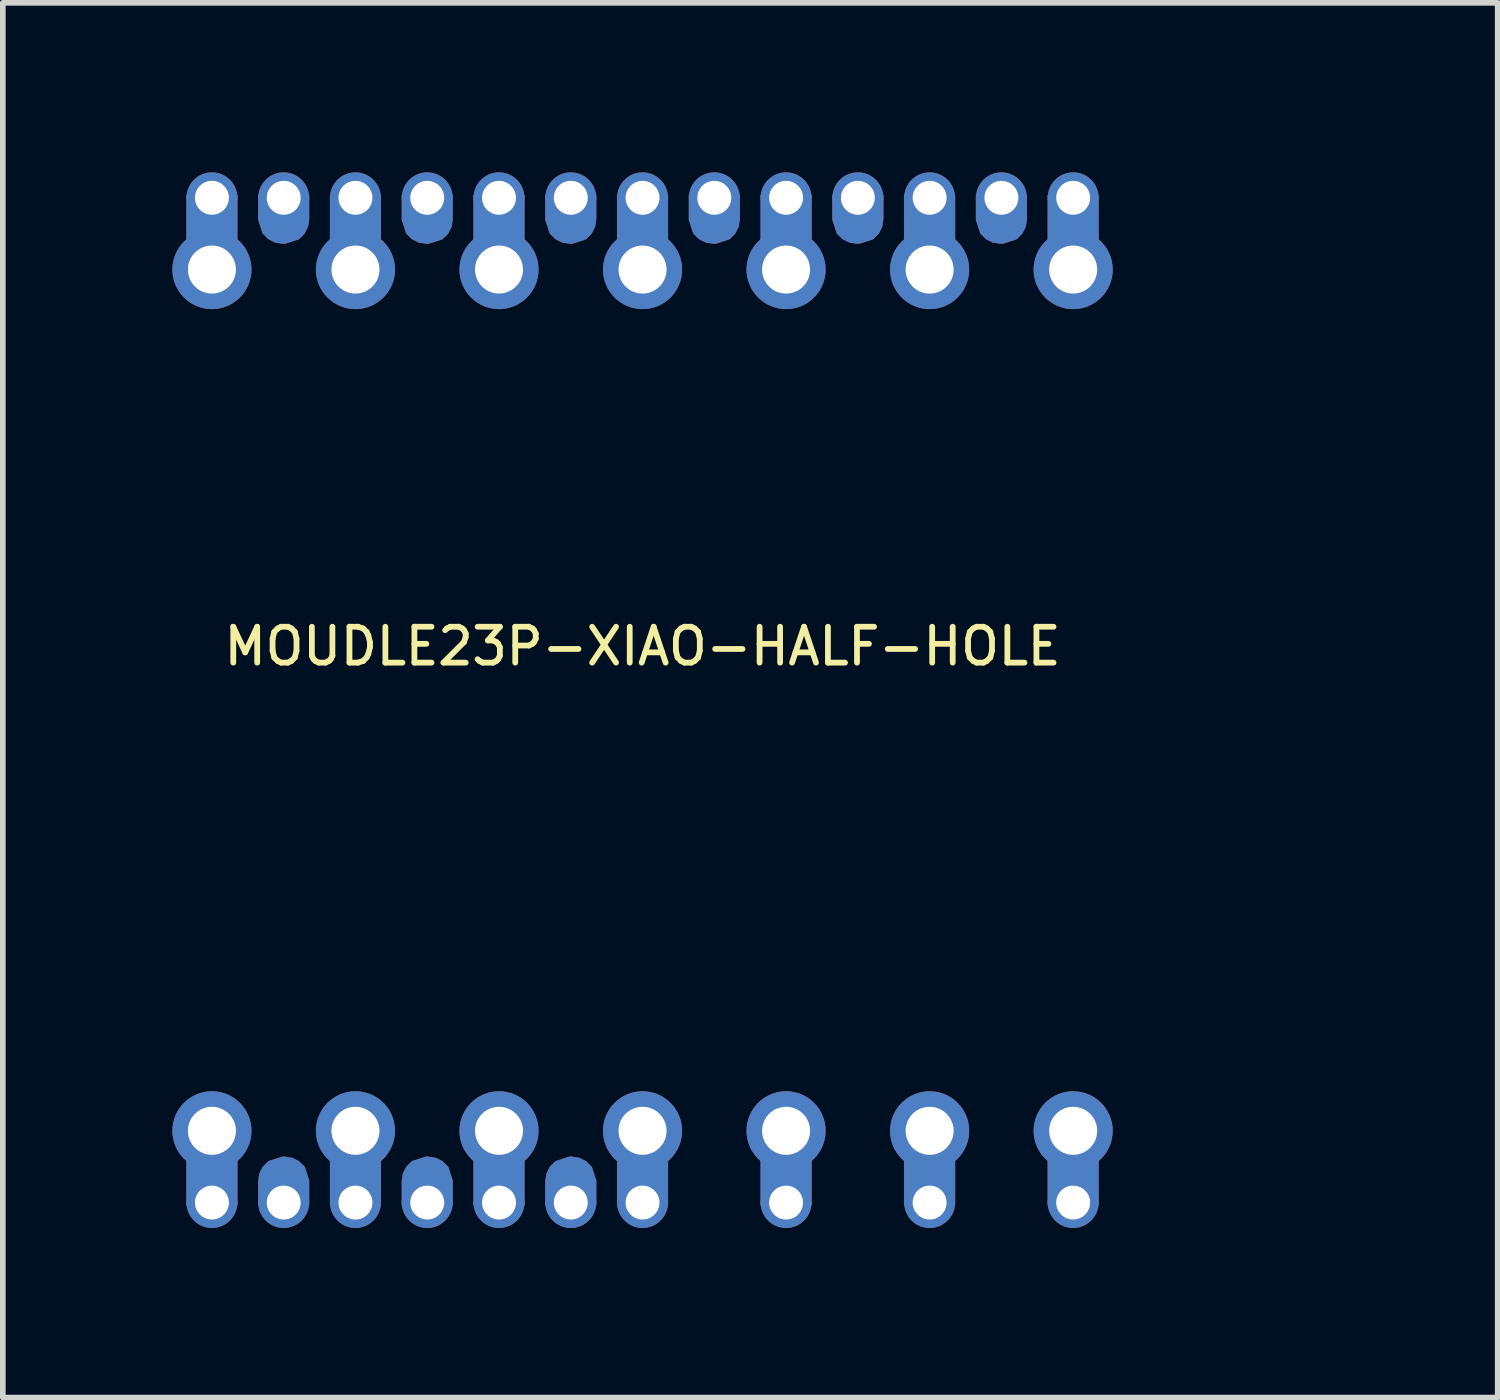
<source format=kicad_pcb>
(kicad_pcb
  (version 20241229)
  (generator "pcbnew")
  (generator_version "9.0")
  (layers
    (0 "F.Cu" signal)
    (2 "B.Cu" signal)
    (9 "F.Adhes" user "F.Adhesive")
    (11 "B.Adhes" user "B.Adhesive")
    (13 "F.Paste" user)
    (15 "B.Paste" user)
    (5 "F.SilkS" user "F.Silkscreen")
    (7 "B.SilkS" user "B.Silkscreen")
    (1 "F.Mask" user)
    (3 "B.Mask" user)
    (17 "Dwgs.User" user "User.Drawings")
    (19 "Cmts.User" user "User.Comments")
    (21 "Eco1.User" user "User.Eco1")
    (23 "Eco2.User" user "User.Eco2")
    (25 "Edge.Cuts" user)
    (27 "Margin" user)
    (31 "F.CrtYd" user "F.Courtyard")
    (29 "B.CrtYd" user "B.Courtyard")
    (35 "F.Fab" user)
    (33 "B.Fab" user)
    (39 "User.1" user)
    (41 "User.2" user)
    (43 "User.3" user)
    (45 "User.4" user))
  (footprint "MOUDLE23P-XIAO-HALF-HOLE"
    (layer "F.Cu")
    (at 8.32 9.34)
    (property "Reference" "MOUDLE23P-XIAO-HALF-HOLE" (at 0 -0.953 0) (unlocked yes) (layer "F.SilkS") (effects (font (size 0.635 0.635) (thickness 0.102))))
    (attr smd)
    (fp_rect (start -8.072 -8.941) (end -7.168 -8.077) (stroke (width 0) (type default)) (fill yes) (layer "F.Cu"))
    (fp_rect (start -8.072 8.077) (end -7.168 8.941) (stroke (width 0) (type default)) (fill yes) (layer "F.Cu"))
    (fp_rect (start -5.532 -8.941) (end -4.628 -8.077) (stroke (width 0) (type default)) (fill yes) (layer "F.Cu"))
    (fp_rect (start -5.532 8.077) (end -4.628 8.941) (stroke (width 0) (type default)) (fill yes) (layer "F.Cu"))
    (fp_rect (start -2.992 -8.941) (end -2.088 -8.077) (stroke (width 0) (type default)) (fill yes) (layer "F.Cu"))
    (fp_rect (start -2.992 8.077) (end -2.088 8.941) (stroke (width 0) (type default)) (fill yes) (layer "F.Cu"))
    (fp_rect (start -0.452 -8.941) (end 0.452 -8.077) (stroke (width 0) (type default)) (fill yes) (layer "F.Cu"))
    (fp_rect (start -0.452 8.077) (end 0.452 8.941) (stroke (width 0) (type default)) (fill yes) (layer "F.Cu"))
    (fp_rect (start 2.088 -8.941) (end 2.992 -8.077) (stroke (width 0) (type default)) (fill yes) (layer "F.Cu"))
    (fp_rect (start 2.088 8.077) (end 2.992 8.941) (stroke (width 0) (type default)) (fill yes) (layer "F.Cu"))
    (fp_rect (start 4.628 -8.941) (end 5.532 -8.077) (stroke (width 0) (type default)) (fill yes) (layer "F.Cu"))
    (fp_rect (start 4.628 8.077) (end 5.532 8.941) (stroke (width 0) (type default)) (fill yes) (layer "F.Cu"))
    (fp_rect (start 7.168 -8.941) (end 8.072 -8.077) (stroke (width 0) (type default)) (fill yes) (layer "F.Cu"))
    (fp_rect (start 7.168 8.077) (end 8.072 8.941) (stroke (width 0) (type default)) (fill yes) (layer "F.Cu"))
    (fp_poly (pts (xy -6.781 8.375) (xy -6.72 8.255) (xy -6.621 8.156) (xy -6.378 8.077) (xy -6.326 8.077) (xy -6.196 8.098) (xy -6.076 8.159) (xy -5.977 8.258) (xy -5.898 8.501) (xy -5.898 8.941) (xy -6.802 8.941) (xy -6.802 8.505)) (stroke (width 0) (type default)) (fill yes) (layer "F.Cu"))
    (fp_poly (pts (xy -5.919 -8.375) (xy -5.98 -8.255) (xy -6.079 -8.156) (xy -6.322 -8.077) (xy -6.374 -8.077) (xy -6.504 -8.098) (xy -6.624 -8.159) (xy -6.723 -8.258) (xy -6.802 -8.501) (xy -6.802 -8.941) (xy -5.898 -8.941) (xy -5.898 -8.505)) (stroke (width 0) (type default)) (fill yes) (layer "F.Cu"))
    (fp_poly (pts (xy -4.241 8.375) (xy -4.18 8.255) (xy -4.081 8.156) (xy -3.838 8.077) (xy -3.786 8.077) (xy -3.656 8.098) (xy -3.536 8.159) (xy -3.437 8.258) (xy -3.358 8.501) (xy -3.358 8.941) (xy -4.262 8.941) (xy -4.262 8.505)) (stroke (width 0) (type default)) (fill yes) (layer "F.Cu"))
    (fp_poly (pts (xy -3.379 -8.375) (xy -3.44 -8.255) (xy -3.539 -8.156) (xy -3.782 -8.077) (xy -3.834 -8.077) (xy -3.964 -8.098) (xy -4.084 -8.159) (xy -4.183 -8.258) (xy -4.262 -8.501) (xy -4.262 -8.941) (xy -3.358 -8.941) (xy -3.358 -8.505)) (stroke (width 0) (type default)) (fill yes) (layer "F.Cu"))
    (fp_poly (pts (xy -1.701 8.375) (xy -1.64 8.255) (xy -1.541 8.156) (xy -1.298 8.077) (xy -1.246 8.077) (xy -1.116 8.098) (xy -0.996 8.159) (xy -0.897 8.258) (xy -0.818 8.501) (xy -0.818 8.941) (xy -1.722 8.941) (xy -1.722 8.505)) (stroke (width 0) (type default)) (fill yes) (layer "F.Cu"))
    (fp_poly (pts (xy -0.839 -8.375) (xy -0.9 -8.255) (xy -0.999 -8.156) (xy -1.242 -8.077) (xy -1.294 -8.077) (xy -1.424 -8.098) (xy -1.544 -8.159) (xy -1.643 -8.258) (xy -1.722 -8.501) (xy -1.722 -8.941) (xy -0.818 -8.941) (xy -0.818 -8.505)) (stroke (width 0) (type default)) (fill yes) (layer "F.Cu"))
    (fp_poly (pts (xy 1.701 -8.375) (xy 1.64 -8.255) (xy 1.541 -8.156) (xy 1.298 -8.077) (xy 1.246 -8.077) (xy 1.116 -8.098) (xy 0.996 -8.159) (xy 0.897 -8.258) (xy 0.818 -8.501) (xy 0.818 -8.941) (xy 1.722 -8.941) (xy 1.722 -8.505)) (stroke (width 0) (type default)) (fill yes) (layer "F.Cu"))
    (fp_poly (pts (xy 4.241 -8.375) (xy 4.18 -8.255) (xy 4.081 -8.156) (xy 3.838 -8.077) (xy 3.786 -8.077) (xy 3.656 -8.098) (xy 3.536 -8.159) (xy 3.437 -8.258) (xy 3.358 -8.501) (xy 3.358 -8.941) (xy 4.262 -8.941) (xy 4.262 -8.505)) (stroke (width 0) (type default)) (fill yes) (layer "F.Cu"))
    (fp_poly (pts (xy 6.781 -8.375) (xy 6.72 -8.255) (xy 6.621 -8.156) (xy 6.378 -8.077) (xy 6.326 -8.077) (xy 6.196 -8.098) (xy 6.076 -8.159) (xy 5.977 -8.258) (xy 5.898 -8.501) (xy 5.898 -8.941) (xy 6.802 -8.941) (xy 6.802 -8.505)) (stroke (width 0) (type default)) (fill yes) (layer "F.Cu"))
    (fp_rect (start -8.072 -8.941) (end -7.168 -8.077) (stroke (width 0) (type default)) (fill yes) (layer "F.Mask"))
    (fp_rect (start -8.072 8.077) (end -7.168 8.941) (stroke (width 0) (type default)) (fill yes) (layer "F.Mask"))
    (fp_rect (start -5.532 -8.941) (end -4.628 -8.077) (stroke (width 0) (type default)) (fill yes) (layer "F.Mask"))
    (fp_rect (start -5.532 8.077) (end -4.628 8.941) (stroke (width 0) (type default)) (fill yes) (layer "F.Mask"))
    (fp_rect (start -2.992 -8.941) (end -2.088 -8.077) (stroke (width 0) (type default)) (fill yes) (layer "F.Mask"))
    (fp_rect (start -2.992 8.077) (end -2.088 8.941) (stroke (width 0) (type default)) (fill yes) (layer "F.Mask"))
    (fp_rect (start -0.452 -8.941) (end 0.452 -8.077) (stroke (width 0) (type default)) (fill yes) (layer "F.Mask"))
    (fp_rect (start -0.452 8.077) (end 0.452 8.941) (stroke (width 0) (type default)) (fill yes) (layer "F.Mask"))
    (fp_rect (start 2.088 -8.941) (end 2.992 -8.077) (stroke (width 0) (type default)) (fill yes) (layer "F.Mask"))
    (fp_rect (start 2.088 8.077) (end 2.992 8.941) (stroke (width 0) (type default)) (fill yes) (layer "F.Mask"))
    (fp_rect (start 4.628 -8.941) (end 5.532 -8.077) (stroke (width 0) (type default)) (fill yes) (layer "F.Mask"))
    (fp_rect (start 4.628 8.077) (end 5.532 8.941) (stroke (width 0) (type default)) (fill yes) (layer "F.Mask"))
    (fp_rect (start 7.168 -8.941) (end 8.072 -8.077) (stroke (width 0) (type default)) (fill yes) (layer "F.Mask"))
    (fp_rect (start 7.168 8.077) (end 8.072 8.941) (stroke (width 0) (type default)) (fill yes) (layer "F.Mask"))
    (fp_poly (pts (xy -6.781 8.375) (xy -6.72 8.255) (xy -6.621 8.156) (xy -6.378 8.077) (xy -6.326 8.077) (xy -6.196 8.098) (xy -6.076 8.159) (xy -5.977 8.258) (xy -5.898 8.501) (xy -5.898 8.941) (xy -6.802 8.941) (xy -6.802 8.505)) (stroke (width 0) (type default)) (fill yes) (layer "F.Mask"))
    (fp_poly (pts (xy -5.919 -8.375) (xy -5.98 -8.255) (xy -6.079 -8.156) (xy -6.322 -8.077) (xy -6.374 -8.077) (xy -6.504 -8.098) (xy -6.624 -8.159) (xy -6.723 -8.258) (xy -6.802 -8.501) (xy -6.802 -8.941) (xy -5.898 -8.941) (xy -5.898 -8.505)) (stroke (width 0) (type default)) (fill yes) (layer "F.Mask"))
    (fp_poly (pts (xy -4.241 8.375) (xy -4.18 8.255) (xy -4.081 8.156) (xy -3.838 8.077) (xy -3.786 8.077) (xy -3.656 8.098) (xy -3.536 8.159) (xy -3.437 8.258) (xy -3.358 8.501) (xy -3.358 8.941) (xy -4.262 8.941) (xy -4.262 8.505)) (stroke (width 0) (type default)) (fill yes) (layer "F.Mask"))
    (fp_poly (pts (xy -3.379 -8.375) (xy -3.44 -8.255) (xy -3.539 -8.156) (xy -3.782 -8.077) (xy -3.834 -8.077) (xy -3.964 -8.098) (xy -4.084 -8.159) (xy -4.183 -8.258) (xy -4.262 -8.501) (xy -4.262 -8.941) (xy -3.358 -8.941) (xy -3.358 -8.505)) (stroke (width 0) (type default)) (fill yes) (layer "F.Mask"))
    (fp_poly (pts (xy -1.701 8.375) (xy -1.64 8.255) (xy -1.541 8.156) (xy -1.298 8.077) (xy -1.246 8.077) (xy -1.116 8.098) (xy -0.996 8.159) (xy -0.897 8.258) (xy -0.818 8.501) (xy -0.818 8.941) (xy -1.722 8.941) (xy -1.722 8.505)) (stroke (width 0) (type default)) (fill yes) (layer "F.Mask"))
    (fp_poly (pts (xy -0.839 -8.375) (xy -0.9 -8.255) (xy -0.999 -8.156) (xy -1.242 -8.077) (xy -1.294 -8.077) (xy -1.424 -8.098) (xy -1.544 -8.159) (xy -1.643 -8.258) (xy -1.722 -8.501) (xy -1.722 -8.941) (xy -0.818 -8.941) (xy -0.818 -8.505)) (stroke (width 0) (type default)) (fill yes) (layer "F.Mask"))
    (fp_poly (pts (xy 1.701 -8.375) (xy 1.64 -8.255) (xy 1.541 -8.156) (xy 1.298 -8.077) (xy 1.246 -8.077) (xy 1.116 -8.098) (xy 0.996 -8.159) (xy 0.897 -8.258) (xy 0.818 -8.501) (xy 0.818 -8.941) (xy 1.722 -8.941) (xy 1.722 -8.505)) (stroke (width 0) (type default)) (fill yes) (layer "F.Mask"))
    (fp_poly (pts (xy 4.241 -8.375) (xy 4.18 -8.255) (xy 4.081 -8.156) (xy 3.838 -8.077) (xy 3.786 -8.077) (xy 3.656 -8.098) (xy 3.536 -8.159) (xy 3.437 -8.258) (xy 3.358 -8.501) (xy 3.358 -8.941) (xy 4.262 -8.941) (xy 4.262 -8.505)) (stroke (width 0) (type default)) (fill yes) (layer "F.Mask"))
    (fp_poly (pts (xy 6.781 -8.375) (xy 6.72 -8.255) (xy 6.621 -8.156) (xy 6.378 -8.077) (xy 6.326 -8.077) (xy 6.196 -8.098) (xy 6.076 -8.159) (xy 5.977 -8.258) (xy 5.898 -8.501) (xy 5.898 -8.941) (xy 6.802 -8.941) (xy 6.802 -8.505)) (stroke (width 0) (type default)) (fill yes) (layer "F.Mask"))
    (fp_rect (start -8.072 -8.941) (end -7.168 -8.077) (stroke (width 0) (type default)) (fill yes) (layer "B.Cu"))
    (fp_rect (start -8.072 8.077) (end -7.168 8.941) (stroke (width 0) (type default)) (fill yes) (layer "B.Cu"))
    (fp_rect (start -5.532 -8.941) (end -4.628 -8.077) (stroke (width 0) (type default)) (fill yes) (layer "B.Cu"))
    (fp_rect (start -5.532 8.077) (end -4.628 8.941) (stroke (width 0) (type default)) (fill yes) (layer "B.Cu"))
    (fp_rect (start -2.992 -8.941) (end -2.088 -8.077) (stroke (width 0) (type default)) (fill yes) (layer "B.Cu"))
    (fp_rect (start -2.992 8.077) (end -2.088 8.941) (stroke (width 0) (type default)) (fill yes) (layer "B.Cu"))
    (fp_rect (start -0.452 -8.941) (end 0.452 -8.077) (stroke (width 0) (type default)) (fill yes) (layer "B.Cu"))
    (fp_rect (start -0.452 8.077) (end 0.452 8.941) (stroke (width 0) (type default)) (fill yes) (layer "B.Cu"))
    (fp_rect (start 2.088 -8.941) (end 2.992 -8.077) (stroke (width 0) (type default)) (fill yes) (layer "B.Cu"))
    (fp_rect (start 2.088 8.077) (end 2.992 8.941) (stroke (width 0) (type default)) (fill yes) (layer "B.Cu"))
    (fp_rect (start 4.628 -8.941) (end 5.532 -8.077) (stroke (width 0) (type default)) (fill yes) (layer "B.Cu"))
    (fp_rect (start 4.628 8.077) (end 5.532 8.941) (stroke (width 0) (type default)) (fill yes) (layer "B.Cu"))
    (fp_rect (start 7.168 -8.941) (end 8.072 -8.077) (stroke (width 0) (type default)) (fill yes) (layer "B.Cu"))
    (fp_rect (start 7.168 8.077) (end 8.072 8.941) (stroke (width 0) (type default)) (fill yes) (layer "B.Cu"))
    (fp_poly (pts (xy -6.781 8.375) (xy -6.72 8.255) (xy -6.621 8.156) (xy -6.378 8.077) (xy -6.326 8.077) (xy -6.196 8.098) (xy -6.076 8.159) (xy -5.977 8.258) (xy -5.898 8.501) (xy -5.898 8.941) (xy -6.802 8.941) (xy -6.802 8.505)) (stroke (width 0) (type default)) (fill yes) (layer "B.Cu"))
    (fp_poly (pts (xy -5.919 -8.375) (xy -5.98 -8.255) (xy -6.079 -8.156) (xy -6.322 -8.077) (xy -6.374 -8.077) (xy -6.504 -8.098) (xy -6.624 -8.159) (xy -6.723 -8.258) (xy -6.802 -8.501) (xy -6.802 -8.941) (xy -5.898 -8.941) (xy -5.898 -8.505)) (stroke (width 0) (type default)) (fill yes) (layer "B.Cu"))
    (fp_poly (pts (xy -4.241 8.375) (xy -4.18 8.255) (xy -4.081 8.156) (xy -3.838 8.077) (xy -3.786 8.077) (xy -3.656 8.098) (xy -3.536 8.159) (xy -3.437 8.258) (xy -3.358 8.501) (xy -3.358 8.941) (xy -4.262 8.941) (xy -4.262 8.505)) (stroke (width 0) (type default)) (fill yes) (layer "B.Cu"))
    (fp_poly (pts (xy -3.379 -8.375) (xy -3.44 -8.255) (xy -3.539 -8.156) (xy -3.782 -8.077) (xy -3.834 -8.077) (xy -3.964 -8.098) (xy -4.084 -8.159) (xy -4.183 -8.258) (xy -4.262 -8.501) (xy -4.262 -8.941) (xy -3.358 -8.941) (xy -3.358 -8.505)) (stroke (width 0) (type default)) (fill yes) (layer "B.Cu"))
    (fp_poly (pts (xy -1.701 8.375) (xy -1.64 8.255) (xy -1.541 8.156) (xy -1.298 8.077) (xy -1.246 8.077) (xy -1.116 8.098) (xy -0.996 8.159) (xy -0.897 8.258) (xy -0.818 8.501) (xy -0.818 8.941) (xy -1.722 8.941) (xy -1.722 8.505)) (stroke (width 0) (type default)) (fill yes) (layer "B.Cu"))
    (fp_poly (pts (xy -0.839 -8.375) (xy -0.9 -8.255) (xy -0.999 -8.156) (xy -1.242 -8.077) (xy -1.294 -8.077) (xy -1.424 -8.098) (xy -1.544 -8.159) (xy -1.643 -8.258) (xy -1.722 -8.501) (xy -1.722 -8.941) (xy -0.818 -8.941) (xy -0.818 -8.505)) (stroke (width 0) (type default)) (fill yes) (layer "B.Cu"))
    (fp_poly (pts (xy 1.701 -8.375) (xy 1.64 -8.255) (xy 1.541 -8.156) (xy 1.298 -8.077) (xy 1.246 -8.077) (xy 1.116 -8.098) (xy 0.996 -8.159) (xy 0.897 -8.258) (xy 0.818 -8.501) (xy 0.818 -8.941) (xy 1.722 -8.941) (xy 1.722 -8.505)) (stroke (width 0) (type default)) (fill yes) (layer "B.Cu"))
    (fp_poly (pts (xy 4.241 -8.375) (xy 4.18 -8.255) (xy 4.081 -8.156) (xy 3.838 -8.077) (xy 3.786 -8.077) (xy 3.656 -8.098) (xy 3.536 -8.159) (xy 3.437 -8.258) (xy 3.358 -8.501) (xy 3.358 -8.941) (xy 4.262 -8.941) (xy 4.262 -8.505)) (stroke (width 0) (type default)) (fill yes) (layer "B.Cu"))
    (fp_poly (pts (xy 6.781 -8.375) (xy 6.72 -8.255) (xy 6.621 -8.156) (xy 6.378 -8.077) (xy 6.326 -8.077) (xy 6.196 -8.098) (xy 6.076 -8.159) (xy 5.977 -8.258) (xy 5.898 -8.501) (xy 5.898 -8.941) (xy 6.802 -8.941) (xy 6.802 -8.505)) (stroke (width 0) (type default)) (fill yes) (layer "B.Cu"))
    (fp_rect (start -8.072 -8.941) (end -7.168 -8.077) (stroke (width 0) (type default)) (fill yes) (layer "B.Mask"))
    (fp_rect (start -8.072 8.077) (end -7.168 8.941) (stroke (width 0) (type default)) (fill yes) (layer "B.Mask"))
    (fp_rect (start -5.532 -8.941) (end -4.628 -8.077) (stroke (width 0) (type default)) (fill yes) (layer "B.Mask"))
    (fp_rect (start -5.532 8.077) (end -4.628 8.941) (stroke (width 0) (type default)) (fill yes) (layer "B.Mask"))
    (fp_rect (start -2.992 -8.941) (end -2.088 -8.077) (stroke (width 0) (type default)) (fill yes) (layer "B.Mask"))
    (fp_rect (start -2.992 8.077) (end -2.088 8.941) (stroke (width 0) (type default)) (fill yes) (layer "B.Mask"))
    (fp_rect (start -0.452 -8.941) (end 0.452 -8.077) (stroke (width 0) (type default)) (fill yes) (layer "B.Mask"))
    (fp_rect (start -0.452 8.077) (end 0.452 8.941) (stroke (width 0) (type default)) (fill yes) (layer "B.Mask"))
    (fp_rect (start 2.088 -8.941) (end 2.992 -8.077) (stroke (width 0) (type default)) (fill yes) (layer "B.Mask"))
    (fp_rect (start 2.088 8.077) (end 2.992 8.941) (stroke (width 0) (type default)) (fill yes) (layer "B.Mask"))
    (fp_rect (start 4.628 -8.941) (end 5.532 -8.077) (stroke (width 0) (type default)) (fill yes) (layer "B.Mask"))
    (fp_rect (start 4.628 8.077) (end 5.532 8.941) (stroke (width 0) (type default)) (fill yes) (layer "B.Mask"))
    (fp_rect (start 7.168 -8.941) (end 8.072 -8.077) (stroke (width 0) (type default)) (fill yes) (layer "B.Mask"))
    (fp_rect (start 7.168 8.077) (end 8.072 8.941) (stroke (width 0) (type default)) (fill yes) (layer "B.Mask"))
    (fp_poly (pts (xy -6.781 8.375) (xy -6.72 8.255) (xy -6.621 8.156) (xy -6.378 8.077) (xy -6.326 8.077) (xy -6.196 8.098) (xy -6.076 8.159) (xy -5.977 8.258) (xy -5.898 8.501) (xy -5.898 8.941) (xy -6.802 8.941) (xy -6.802 8.505)) (stroke (width 0) (type default)) (fill yes) (layer "B.Mask"))
    (fp_poly (pts (xy -5.919 -8.375) (xy -5.98 -8.255) (xy -6.079 -8.156) (xy -6.322 -8.077) (xy -6.374 -8.077) (xy -6.504 -8.098) (xy -6.624 -8.159) (xy -6.723 -8.258) (xy -6.802 -8.501) (xy -6.802 -8.941) (xy -5.898 -8.941) (xy -5.898 -8.505)) (stroke (width 0) (type default)) (fill yes) (layer "B.Mask"))
    (fp_poly (pts (xy -4.241 8.375) (xy -4.18 8.255) (xy -4.081 8.156) (xy -3.838 8.077) (xy -3.786 8.077) (xy -3.656 8.098) (xy -3.536 8.159) (xy -3.437 8.258) (xy -3.358 8.501) (xy -3.358 8.941) (xy -4.262 8.941) (xy -4.262 8.505)) (stroke (width 0) (type default)) (fill yes) (layer "B.Mask"))
    (fp_poly (pts (xy -3.379 -8.375) (xy -3.44 -8.255) (xy -3.539 -8.156) (xy -3.782 -8.077) (xy -3.834 -8.077) (xy -3.964 -8.098) (xy -4.084 -8.159) (xy -4.183 -8.258) (xy -4.262 -8.501) (xy -4.262 -8.941) (xy -3.358 -8.941) (xy -3.358 -8.505)) (stroke (width 0) (type default)) (fill yes) (layer "B.Mask"))
    (fp_poly (pts (xy -1.701 8.375) (xy -1.64 8.255) (xy -1.541 8.156) (xy -1.298 8.077) (xy -1.246 8.077) (xy -1.116 8.098) (xy -0.996 8.159) (xy -0.897 8.258) (xy -0.818 8.501) (xy -0.818 8.941) (xy -1.722 8.941) (xy -1.722 8.505)) (stroke (width 0) (type default)) (fill yes) (layer "B.Mask"))
    (fp_poly (pts (xy -0.839 -8.375) (xy -0.9 -8.255) (xy -0.999 -8.156) (xy -1.242 -8.077) (xy -1.294 -8.077) (xy -1.424 -8.098) (xy -1.544 -8.159) (xy -1.643 -8.258) (xy -1.722 -8.501) (xy -1.722 -8.941) (xy -0.818 -8.941) (xy -0.818 -8.505)) (stroke (width 0) (type default)) (fill yes) (layer "B.Mask"))
    (fp_poly (pts (xy 1.701 -8.375) (xy 1.64 -8.255) (xy 1.541 -8.156) (xy 1.298 -8.077) (xy 1.246 -8.077) (xy 1.116 -8.098) (xy 0.996 -8.159) (xy 0.897 -8.258) (xy 0.818 -8.501) (xy 0.818 -8.941) (xy 1.722 -8.941) (xy 1.722 -8.505)) (stroke (width 0) (type default)) (fill yes) (layer "B.Mask"))
    (fp_poly (pts (xy 4.241 -8.375) (xy 4.18 -8.255) (xy 4.081 -8.156) (xy 3.838 -8.077) (xy 3.786 -8.077) (xy 3.656 -8.098) (xy 3.536 -8.159) (xy 3.437 -8.258) (xy 3.358 -8.501) (xy 3.358 -8.941) (xy 4.262 -8.941) (xy 4.262 -8.505)) (stroke (width 0) (type default)) (fill yes) (layer "B.Mask"))
    (fp_poly (pts (xy 6.781 -8.375) (xy 6.72 -8.255) (xy 6.621 -8.156) (xy 6.378 -8.077) (xy 6.326 -8.077) (xy 6.196 -8.098) (xy 6.076 -8.159) (xy 5.977 -8.258) (xy 5.898 -8.501) (xy 5.898 -8.941) (xy 6.802 -8.941) (xy 6.802 -8.505)) (stroke (width 0) (type default)) (fill yes) (layer "B.Mask"))
    (fp_line (start 10.57 4.516) (end 10.57 -4.485) (stroke (width 0.1) (type default)) (layer "User.1"))
    (fp_line (start 10.58 -4.485) (end 12.082 -4.485) (stroke (width 0.1) (type default)) (layer "User.1"))
    (fp_line (start 12.082 -4.485) (end 12.082 4.516) (stroke (width 0.1) (type default)) (layer "User.1"))
    (fp_line (start 12.082 4.516) (end 10.57 4.516) (stroke (width 0.1) (type default)) (layer "User.1"))
    (fp_rect (start 5.715 -3.81) (end 12.065 3.81) (stroke (width 0.076) (type default)) (fill no) (layer "User.1"))
    (fp_circle (center -7.62 -7.62) (end -7.493 -7.62) (stroke (width 0.025) (type default)) (fill no) (layer "User.1"))
    (fp_circle (center 7.62 7.62) (end 7.493 7.62) (stroke (width 0.025) (type default)) (fill no) (layer "User.1"))
    (pad "1" thru_hole circle (at 7.62 -8.89 180) (size 0.9 0.9) (drill 0.6) (layers "*.Cu" "*.Mask"))
    (pad "1" thru_hole circle (at 7.62 -7.62 270) (size 1.4 1.4) (drill 0.85) (layers "*.Cu" "*.Mask"))
    (pad "2" thru_hole circle (at 5.08 -8.89 180) (size 0.9 0.9) (drill 0.6) (layers "*.Cu" "*.Mask"))
    (pad "2" thru_hole circle (at 5.08 -7.62 270) (size 1.4 1.4) (drill 0.85) (layers "*.Cu" "*.Mask"))
    (pad "3" thru_hole circle (at 2.54 -8.89 180) (size 0.9 0.9) (drill 0.6) (layers "*.Cu" "*.Mask"))
    (pad "3" thru_hole circle (at 2.54 -7.62 270) (size 1.4 1.4) (drill 0.85) (layers "*.Cu" "*.Mask"))
    (pad "4" thru_hole circle (at 0 -8.89 180) (size 0.9 0.9) (drill 0.6) (layers "*.Cu" "*.Mask"))
    (pad "4" thru_hole circle (at 0 -7.62 270) (size 1.4 1.4) (drill 0.85) (layers "*.Cu" "*.Mask"))
    (pad "5" thru_hole circle (at -2.54 -8.89 180) (size 0.9 0.9) (drill 0.6) (layers "*.Cu" "*.Mask"))
    (pad "5" thru_hole circle (at -2.54 -7.62 270) (size 1.4 1.4) (drill 0.85) (layers "*.Cu" "*.Mask"))
    (pad "6" thru_hole circle (at -5.08 -8.89 180) (size 0.9 0.9) (drill 0.6) (layers "*.Cu" "*.Mask"))
    (pad "6" thru_hole circle (at -5.08 -7.62 270) (size 1.4 1.4) (drill 0.85) (layers "*.Cu" "*.Mask"))
    (pad "7" thru_hole circle (at -7.62 -8.89 180) (size 0.9 0.9) (drill 0.6) (layers "*.Cu" "*.Mask"))
    (pad "7" thru_hole circle (at -7.62 -7.62 270) (size 1.4 1.4) (drill 0.85) (layers "*.Cu" "*.Mask"))
    (pad "8" thru_hole circle (at -7.62 7.62 90) (size 1.4 1.4) (drill 0.85) (layers "*.Cu" "*.Mask"))
    (pad "8" thru_hole circle (at -7.62 8.89) (size 0.9 0.9) (drill 0.6) (layers "*.Cu" "*.Mask"))
    (pad "9" thru_hole circle (at -5.08 7.62 90) (size 1.4 1.4) (drill 0.85) (layers "*.Cu" "*.Mask"))
    (pad "9" thru_hole circle (at -5.08 8.89) (size 0.9 0.9) (drill 0.6) (layers "*.Cu" "*.Mask"))
    (pad "10" thru_hole circle (at -2.54 7.62 90) (size 1.4 1.4) (drill 0.85) (layers "*.Cu" "*.Mask"))
    (pad "10" thru_hole circle (at -2.54 8.89) (size 0.9 0.9) (drill 0.6) (layers "*.Cu" "*.Mask"))
    (pad "11" thru_hole circle (at 0 7.62 90) (size 1.4 1.4) (drill 0.85) (layers "*.Cu" "*.Mask"))
    (pad "11" thru_hole circle (at 0 8.89) (size 0.9 0.9) (drill 0.6) (layers "*.Cu" "*.Mask"))
    (pad "12" thru_hole circle (at 2.54 7.62 90) (size 1.4 1.4) (drill 0.85) (layers "*.Cu" "*.Mask"))
    (pad "12" thru_hole circle (at 2.54 8.89) (size 0.9 0.9) (drill 0.6) (layers "*.Cu" "*.Mask"))
    (pad "13" thru_hole circle (at 5.08 7.62 90) (size 1.4 1.4) (drill 0.85) (layers "*.Cu" "*.Mask"))
    (pad "13" thru_hole circle (at 5.08 8.89) (size 0.9 0.9) (drill 0.6) (layers "*.Cu" "*.Mask"))
    (pad "14" thru_hole circle (at 7.62 7.62 90) (size 1.4 1.4) (drill 0.85) (layers "*.Cu" "*.Mask"))
    (pad "14" thru_hole circle (at 7.62 8.89) (size 0.9 0.9) (drill 0.6) (layers "*.Cu" "*.Mask"))
    (pad "15" thru_hole circle (at 6.35 -8.89 180) (size 0.9 0.9) (drill 0.6) (layers "*.Cu" "*.Mask"))
    (pad "16" thru_hole circle (at 3.81 -8.89 180) (size 0.9 0.9) (drill 0.6) (layers "*.Cu" "*.Mask"))
    (pad "17" thru_hole circle (at 1.27 -8.89 180) (size 0.9 0.9) (drill 0.6) (layers "*.Cu" "*.Mask"))
    (pad "18" thru_hole circle (at -1.27 -8.89 180) (size 0.9 0.9) (drill 0.6) (layers "*.Cu" "*.Mask"))
    (pad "19" thru_hole circle (at -3.81 -8.89 180) (size 0.9 0.9) (drill 0.6) (layers "*.Cu" "*.Mask"))
    (pad "20" thru_hole circle (at -6.35 -8.89 180) (size 0.9 0.9) (drill 0.6) (layers "*.Cu" "*.Mask"))
    (pad "21" thru_hole circle (at -6.35 8.89) (size 0.9 0.9) (drill 0.6) (layers "*.Cu" "*.Mask"))
    (pad "22" thru_hole circle (at -3.81 8.89) (size 0.9 0.9) (drill 0.6) (layers "*.Cu" "*.Mask"))
    (pad "23" thru_hole circle (at -1.27 8.89) (size 0.9 0.9) (drill 0.6) (layers "*.Cu" "*.Mask")))
  (gr_rect
    (start -3 -3)
    (end 23.452 21.68)
    (stroke (width 0.1) (type default))
    (fill no)
    (layer "Edge.Cuts")))
</source>
